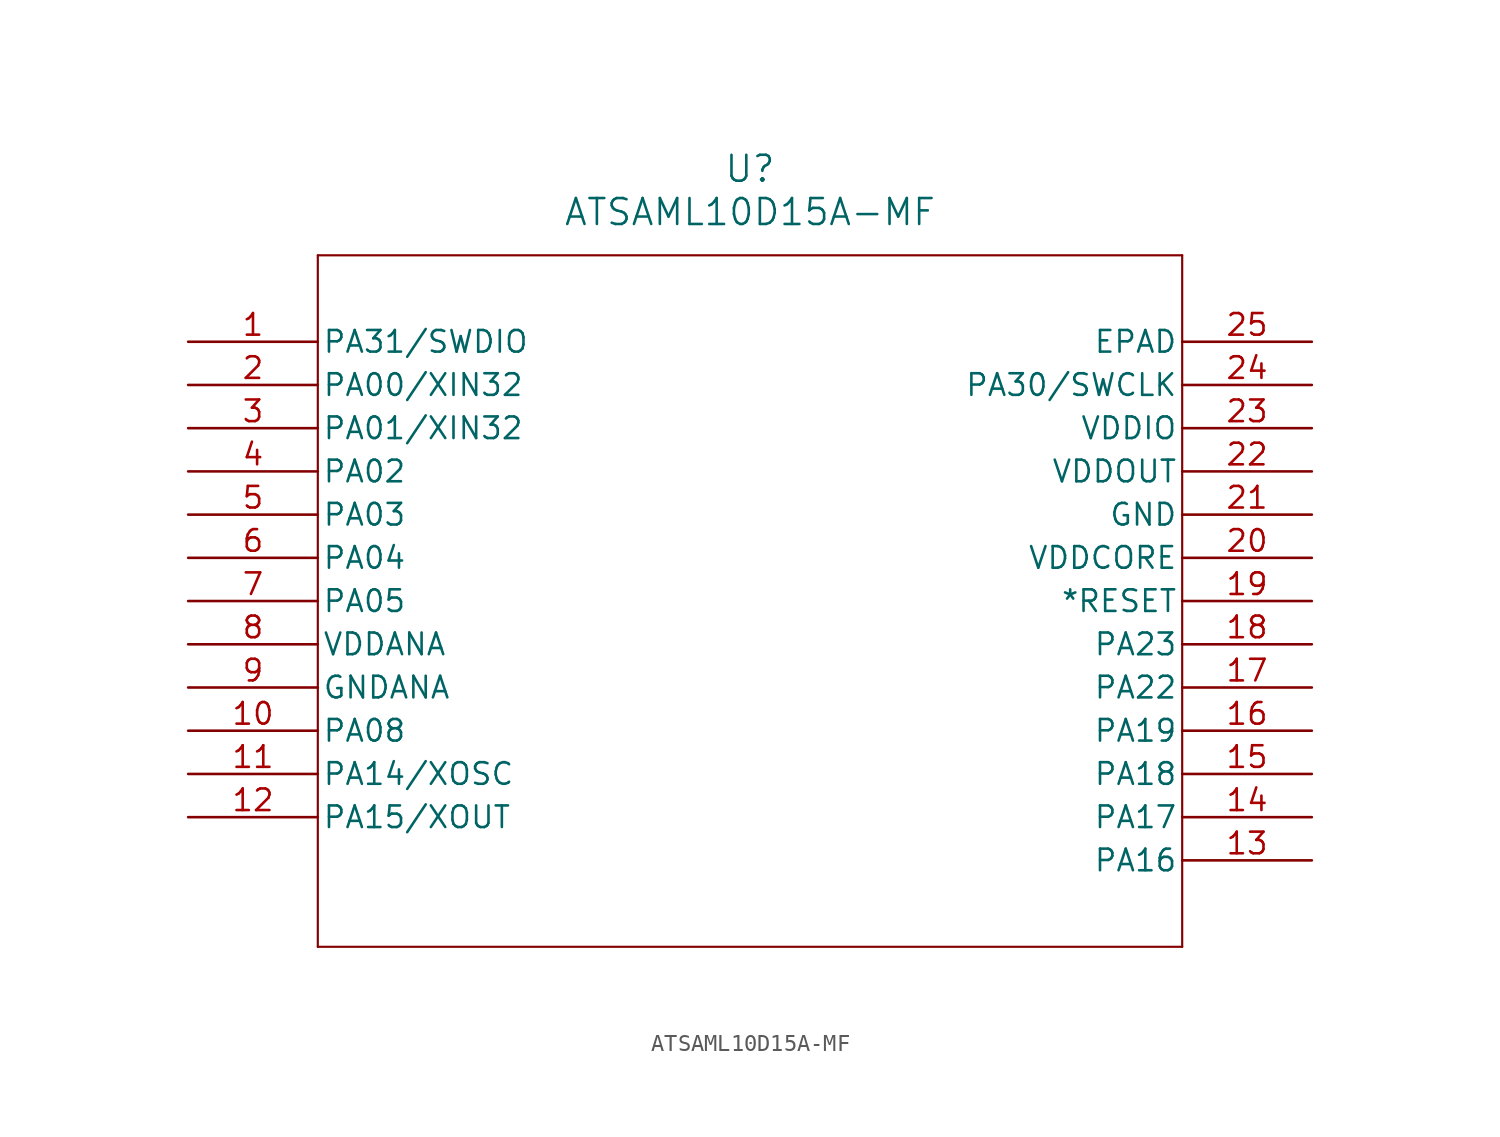
<source format=kicad_sym>
(kicad_symbol_lib
  (version 20211014)
  (generator kicad_symbol_editor)
  (symbol "ATSAML10D15A-MF"
    (pin_names
      (offset 0.254))
    (property "Reference" "U"
      (at 33.02 10.16 0)
      (effects (font (size 1.524 1.524))))
    (property "Value" "ATSAML10D15A-MF"
      (at 33.02 7.62 0)
      (effects (font (size 1.524 1.524))))
    (symbol "ATSAML10D15A-MF_0_1"
      (polyline (pts (xy 7.62 5.08) (xy 7.62 -35.56)) (stroke (width 0.127) (type default) (color 0 0 0 0)) (fill (type none)))
      (polyline (pts (xy 7.62 -35.56) (xy 58.42 -35.56)) (stroke (width 0.127) (type default) (color 0 0 0 0)) (fill (type none)))
      (polyline (pts (xy 58.42 -35.56) (xy 58.42 5.08)) (stroke (width 0.127) (type default) (color 0 0 0 0)) (fill (type none)))
      (polyline (pts (xy 58.42 5.08) (xy 7.62 5.08)) (stroke (width 0.127) (type default) (color 0 0 0 0)) (fill (type none)))
      (pin bidirectional line (at 0 0 0) (length 7.62) (name "PA31/SWDIO" (effects (font (size 1.27 1.27)))) (number "1" (effects (font (size 1.27 1.27)))))
      (pin input line (at 0 -2.54 0) (length 7.62) (name "PA00/XIN32" (effects (font (size 1.27 1.27)))) (number "2" (effects (font (size 1.27 1.27)))))
      (pin input line (at 0 -5.08 0) (length 7.62) (name "PA01/XIN32" (effects (font (size 1.27 1.27)))) (number "3" (effects (font (size 1.27 1.27)))))
      (pin bidirectional line (at 0 -7.62 0) (length 7.62) (name "PA02" (effects (font (size 1.27 1.27)))) (number "4" (effects (font (size 1.27 1.27)))))
      (pin bidirectional line (at 0 -10.16 0) (length 7.62) (name "PA03" (effects (font (size 1.27 1.27)))) (number "5" (effects (font (size 1.27 1.27)))))
      (pin bidirectional line (at 0 -12.7 0) (length 7.62) (name "PA04" (effects (font (size 1.27 1.27)))) (number "6" (effects (font (size 1.27 1.27)))))
      (pin bidirectional line (at 0 -15.24 0) (length 7.62) (name "PA05" (effects (font (size 1.27 1.27)))) (number "7" (effects (font (size 1.27 1.27)))))
      (pin power_in line (at 0 -17.78 0) (length 7.62) (name "VDDANA" (effects (font (size 1.27 1.27)))) (number "8" (effects (font (size 1.27 1.27)))))
      (pin power_out line (at 0 -20.32 0) (length 7.62) (name "GNDANA" (effects (font (size 1.27 1.27)))) (number "9" (effects (font (size 1.27 1.27)))))
      (pin bidirectional line (at 0 -22.86 0) (length 7.62) (name "PA08" (effects (font (size 1.27 1.27)))) (number "10" (effects (font (size 1.27 1.27)))))
      (pin bidirectional line (at 0 -25.4 0) (length 7.62) (name "PA14/XOSC" (effects (font (size 1.27 1.27)))) (number "11" (effects (font (size 1.27 1.27)))))
      (pin output line (at 0 -27.94 0) (length 7.62) (name "PA15/XOUT" (effects (font (size 1.27 1.27)))) (number "12" (effects (font (size 1.27 1.27)))))
      (pin bidirectional line (at 66.04 -30.48 180) (length 7.62) (name "PA16" (effects (font (size 1.27 1.27)))) (number "13" (effects (font (size 1.27 1.27)))))
      (pin bidirectional line (at 66.04 -27.94 180) (length 7.62) (name "PA17" (effects (font (size 1.27 1.27)))) (number "14" (effects (font (size 1.27 1.27)))))
      (pin bidirectional line (at 66.04 -25.4 180) (length 7.62) (name "PA18" (effects (font (size 1.27 1.27)))) (number "15" (effects (font (size 1.27 1.27)))))
      (pin bidirectional line (at 66.04 -22.86 180) (length 7.62) (name "PA19" (effects (font (size 1.27 1.27)))) (number "16" (effects (font (size 1.27 1.27)))))
      (pin bidirectional line (at 66.04 -20.32 180) (length 7.62) (name "PA22" (effects (font (size 1.27 1.27)))) (number "17" (effects (font (size 1.27 1.27)))))
      (pin bidirectional line (at 66.04 -17.78 180) (length 7.62) (name "PA23" (effects (font (size 1.27 1.27)))) (number "18" (effects (font (size 1.27 1.27)))))
      (pin unspecified line (at 66.04 -15.24 180) (length 7.62) (name "*RESET" (effects (font (size 1.27 1.27)))) (number "19" (effects (font (size 1.27 1.27)))))
      (pin power_in line (at 66.04 -12.7 180) (length 7.62) (name "VDDCORE" (effects (font (size 1.27 1.27)))) (number "20" (effects (font (size 1.27 1.27)))))
      (pin power_out line (at 66.04 -10.16 180) (length 7.62) (name "GND" (effects (font (size 1.27 1.27)))) (number "21" (effects (font (size 1.27 1.27)))))
      (pin output line (at 66.04 -7.62 180) (length 7.62) (name "VDDOUT" (effects (font (size 1.27 1.27)))) (number "22" (effects (font (size 1.27 1.27)))))
      (pin power_in line (at 66.04 -5.08 180) (length 7.62) (name "VDDIO" (effects (font (size 1.27 1.27)))) (number "23" (effects (font (size 1.27 1.27)))))
      (pin bidirectional line (at 66.04 -2.54 180) (length 7.62) (name "PA30/SWCLK" (effects (font (size 1.27 1.27)))) (number "24" (effects (font (size 1.27 1.27)))))
      (pin unspecified line (at 66.04 0 180) (length 7.62) (name "EPAD" (effects (font (size 1.27 1.27)))) (number "25" (effects (font (size 1.27 1.27))))))))
</source>
